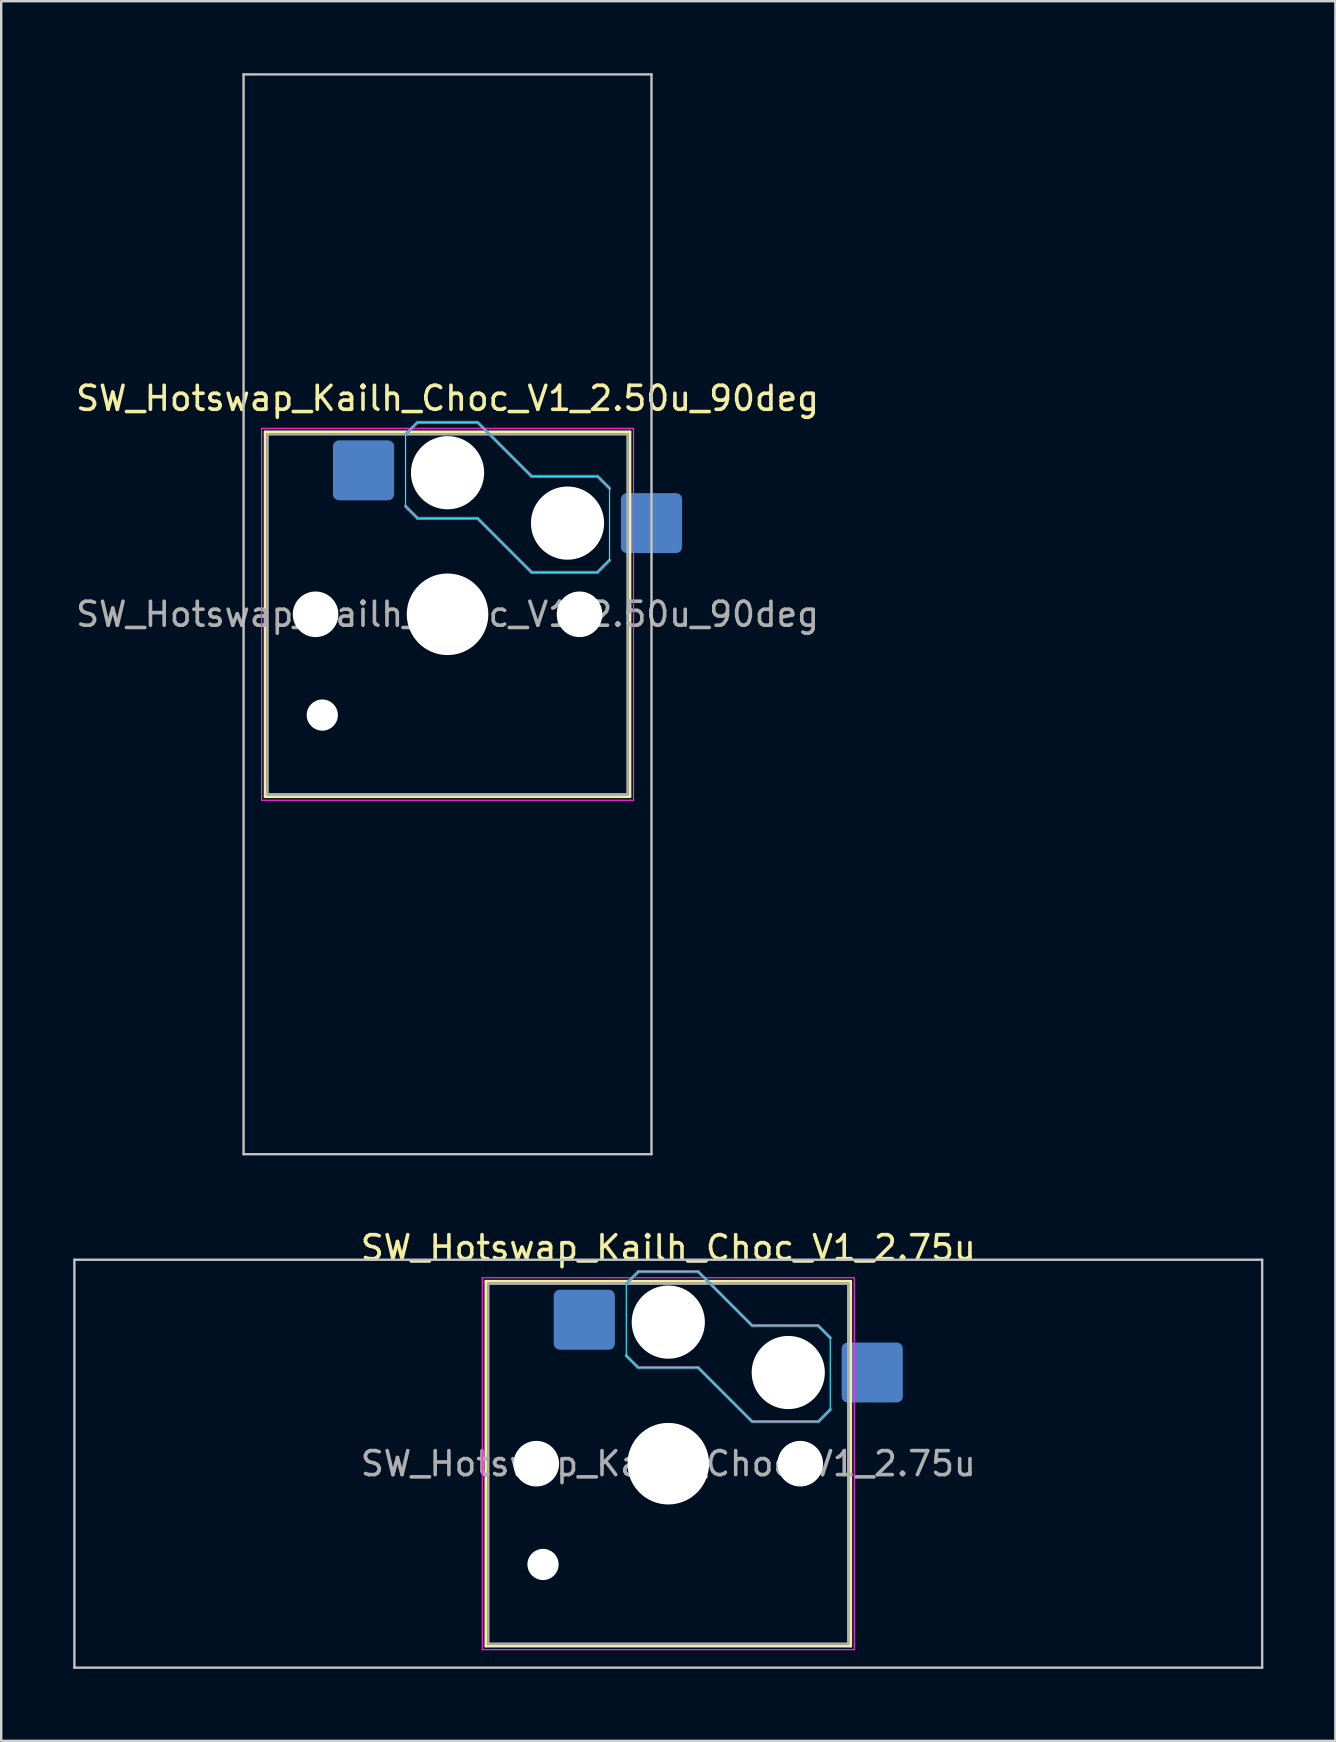
<source format=kicad_pcb>
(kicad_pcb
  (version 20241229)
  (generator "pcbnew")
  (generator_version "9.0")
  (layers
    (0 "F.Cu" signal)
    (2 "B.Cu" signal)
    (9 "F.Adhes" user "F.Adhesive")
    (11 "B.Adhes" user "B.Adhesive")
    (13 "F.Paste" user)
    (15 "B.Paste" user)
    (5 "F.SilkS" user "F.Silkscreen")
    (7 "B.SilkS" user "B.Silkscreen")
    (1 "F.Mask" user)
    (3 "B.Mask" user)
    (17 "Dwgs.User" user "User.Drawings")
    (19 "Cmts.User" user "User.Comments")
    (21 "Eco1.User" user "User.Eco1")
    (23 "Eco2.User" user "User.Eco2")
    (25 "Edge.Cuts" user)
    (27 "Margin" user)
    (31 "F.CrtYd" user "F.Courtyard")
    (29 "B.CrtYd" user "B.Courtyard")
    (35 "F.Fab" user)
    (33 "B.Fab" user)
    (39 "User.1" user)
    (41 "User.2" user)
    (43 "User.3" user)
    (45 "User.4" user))
  (footprint "SW_Hotswap_Kailh_Choc_V1_2.50u_90deg"
    (layer "F.Cu")
    (at 15.601 22.55)
    (property "Reference" "SW_Hotswap_Kailh_Choc_V1_2.50u_90deg" (at 0 -9 0) (layer "F.SilkS") (effects (font (size 1 1) (thickness 0.15))))
    (attr smd)
    (fp_line (start -7.6 -7.6) (end -7.6 7.6) (stroke (width 0.12) (type solid)) (layer "F.SilkS"))
    (fp_line (start -7.6 7.6) (end 7.6 7.6) (stroke (width 0.12) (type solid)) (layer "F.SilkS"))
    (fp_line (start 7.6 -7.6) (end -7.6 -7.6) (stroke (width 0.12) (type solid)) (layer "F.SilkS"))
    (fp_line (start 7.6 7.6) (end 7.6 -7.6) (stroke (width 0.12) (type solid)) (layer "F.SilkS"))
    (fp_line (start -1.75 -7.5) (end -1.25 -8) (stroke (width 0.12) (type solid)) (layer "B.SilkS"))
    (fp_line (start -1.25 -8) (end 1.25 -8) (stroke (width 0.12) (type solid)) (layer "B.SilkS"))
    (fp_line (start -1.25 -4) (end -1.75 -4.5) (stroke (width 0.12) (type solid)) (layer "B.SilkS"))
    (fp_line (start 1.25 -8) (end 3.5 -5.75) (stroke (width 0.12) (type solid)) (layer "B.SilkS"))
    (fp_line (start 1.25 -4) (end -1.25 -4) (stroke (width 0.12) (type solid)) (layer "B.SilkS"))
    (fp_line (start 3.5 -5.75) (end 6.25 -5.75) (stroke (width 0.12) (type solid)) (layer "B.SilkS"))
    (fp_line (start 3.5 -1.75) (end 1.25 -4) (stroke (width 0.12) (type solid)) (layer "B.SilkS"))
    (fp_line (start 6.25 -5.75) (end 6.75 -5.25) (stroke (width 0.12) (type solid)) (layer "B.SilkS"))
    (fp_line (start 6.25 -1.75) (end 3.5 -1.75) (stroke (width 0.12) (type solid)) (layer "B.SilkS"))
    (fp_line (start 6.75 -2.25) (end 6.25 -1.75) (stroke (width 0.12) (type solid)) (layer "B.SilkS"))
    (fp_line (start -8.5 -22.5) (end 8.5 -22.5) (stroke (width 0.1) (type solid)) (layer "Dwgs.User"))
    (fp_line (start -8.5 22.5) (end -8.5 -22.5) (stroke (width 0.1) (type solid)) (layer "Dwgs.User"))
    (fp_line (start 8.5 -22.5) (end 8.5 22.5) (stroke (width 0.1) (type solid)) (layer "Dwgs.User"))
    (fp_line (start 8.5 22.5) (end -8.5 22.5) (stroke (width 0.1) (type solid)) (layer "Dwgs.User"))
    (fp_line (start -7.25 -7.25) (end -7.25 7.25) (stroke (width 0.1) (type solid)) (layer "Eco1.User"))
    (fp_line (start -7.25 7.25) (end 7.25 7.25) (stroke (width 0.1) (type solid)) (layer "Eco1.User"))
    (fp_line (start 7.25 -7.25) (end -7.25 -7.25) (stroke (width 0.1) (type solid)) (layer "Eco1.User"))
    (fp_line (start 7.25 7.25) (end 7.25 -7.25) (stroke (width 0.1) (type solid)) (layer "Eco1.User"))
    (fp_line (start -1.75 -7.5) (end -1.25 -8) (stroke (width 0.05) (type solid)) (layer "B.CrtYd"))
    (fp_line (start -1.75 -4.5) (end -1.75 -7.5) (stroke (width 0.05) (type solid)) (layer "B.CrtYd"))
    (fp_line (start -1.25 -8) (end 1.25 -8) (stroke (width 0.05) (type solid)) (layer "B.CrtYd"))
    (fp_line (start -1.25 -4) (end -1.75 -4.5) (stroke (width 0.05) (type solid)) (layer "B.CrtYd"))
    (fp_line (start 1.25 -8) (end 3.5 -5.75) (stroke (width 0.05) (type solid)) (layer "B.CrtYd"))
    (fp_line (start 1.25 -4) (end -1.25 -4) (stroke (width 0.05) (type solid)) (layer "B.CrtYd"))
    (fp_line (start 3.5 -5.75) (end 6.25 -5.75) (stroke (width 0.05) (type solid)) (layer "B.CrtYd"))
    (fp_line (start 3.5 -1.75) (end 1.25 -4) (stroke (width 0.05) (type solid)) (layer "B.CrtYd"))
    (fp_line (start 6.25 -5.75) (end 6.75 -5.25) (stroke (width 0.05) (type solid)) (layer "B.CrtYd"))
    (fp_line (start 6.25 -1.75) (end 3.5 -1.75) (stroke (width 0.05) (type solid)) (layer "B.CrtYd"))
    (fp_line (start 6.75 -5.25) (end 6.75 -2.25) (stroke (width 0.05) (type solid)) (layer "B.CrtYd"))
    (fp_line (start 6.75 -2.25) (end 6.25 -1.75) (stroke (width 0.05) (type solid)) (layer "B.CrtYd"))
    (fp_line (start -7.75 -7.75) (end -7.75 7.75) (stroke (width 0.05) (type solid)) (layer "F.CrtYd"))
    (fp_line (start -7.75 7.75) (end 7.75 7.75) (stroke (width 0.05) (type solid)) (layer "F.CrtYd"))
    (fp_line (start 7.75 -7.75) (end -7.75 -7.75) (stroke (width 0.05) (type solid)) (layer "F.CrtYd"))
    (fp_line (start 7.75 7.75) (end 7.75 -7.75) (stroke (width 0.05) (type solid)) (layer "F.CrtYd"))
    (fp_line (start -1.75 -7.5) (end -1.25 -8) (stroke (width 0.1) (type solid)) (layer "B.Fab"))
    (fp_line (start -1.25 -8) (end 1.25 -8) (stroke (width 0.1) (type solid)) (layer "B.Fab"))
    (fp_line (start -1.25 -4) (end -1.75 -4.5) (stroke (width 0.1) (type solid)) (layer "B.Fab"))
    (fp_line (start 1.25 -8) (end 3.5 -5.75) (stroke (width 0.1) (type solid)) (layer "B.Fab"))
    (fp_line (start 1.25 -4) (end -1.25 -4) (stroke (width 0.1) (type solid)) (layer "B.Fab"))
    (fp_line (start 3.5 -5.75) (end 6.25 -5.75) (stroke (width 0.1) (type solid)) (layer "B.Fab"))
    (fp_line (start 3.5 -1.75) (end 1.25 -4) (stroke (width 0.1) (type solid)) (layer "B.Fab"))
    (fp_line (start 6.25 -5.75) (end 6.75 -5.25) (stroke (width 0.1) (type solid)) (layer "B.Fab"))
    (fp_line (start 6.25 -1.75) (end 3.5 -1.75) (stroke (width 0.1) (type solid)) (layer "B.Fab"))
    (fp_line (start 6.75 -2.25) (end 6.25 -1.75) (stroke (width 0.1) (type solid)) (layer "B.Fab"))
    (fp_line (start -7.5 -7.5) (end -7.5 7.5) (stroke (width 0.1) (type solid)) (layer "F.Fab"))
    (fp_line (start -7.5 7.5) (end 7.5 7.5) (stroke (width 0.1) (type solid)) (layer "F.Fab"))
    (fp_line (start 7.5 -7.5) (end -7.5 -7.5) (stroke (width 0.1) (type solid)) (layer "F.Fab"))
    (fp_line (start 7.5 7.5) (end 7.5 -7.5) (stroke (width 0.1) (type solid)) (layer "F.Fab"))
    (fp_text user "${REFERENCE}" (at 0 0 0) (layer "F.Fab") (effects (font (size 1 1) (thickness 0.15))))
    (pad "" np_thru_hole circle (at -5.5 0) (size 1.9 1.9) (drill 1.9) (layers "*.Cu" "*.Mask"))
    (pad "" np_thru_hole circle (at -5.22 4.2) (size 1.3 1.3) (drill 1.3) (layers "*.Cu" "*.Mask"))
    (pad "" np_thru_hole circle (at 0 -5.9) (size 3.05 3.05) (drill 3.05) (layers "*.Cu" "*.Mask"))
    (pad "" np_thru_hole circle (at 0 0) (size 3.4 3.4) (drill 3.4) (layers "*.Cu" "*.Mask"))
    (pad "" np_thru_hole circle (at 5 -3.8) (size 3.05 3.05) (drill 3.05) (layers "*.Cu" "*.Mask"))
    (pad "" np_thru_hole circle (at 5.5 0) (size 1.9 1.9) (drill 1.9) (layers "*.Cu" "*.Mask"))
    (pad "1" smd roundrect (at -3.5 -6) (size 2.55 2.5) (layers "B.Cu" "B.Mask" "B.Paste") (roundrect_rratio 0.1))
    (pad "2" smd roundrect (at 8.5 -3.8) (size 2.55 2.5) (layers "B.Cu" "B.Mask" "B.Paste") (roundrect_rratio 0.1)))
  (footprint "SW_Hotswap_Kailh_Choc_V1_2.75u"
    (layer "F.Cu")
    (at 24.8 57.948)
    (property "Reference" "SW_Hotswap_Kailh_Choc_V1_2.75u" (at 0 -9 0) (layer "F.SilkS") (effects (font (size 1 1) (thickness 0.15))))
    (attr smd)
    (fp_line (start -7.6 -7.6) (end -7.6 7.6) (stroke (width 0.12) (type solid)) (layer "F.SilkS"))
    (fp_line (start -7.6 7.6) (end 7.6 7.6) (stroke (width 0.12) (type solid)) (layer "F.SilkS"))
    (fp_line (start 7.6 -7.6) (end -7.6 -7.6) (stroke (width 0.12) (type solid)) (layer "F.SilkS"))
    (fp_line (start 7.6 7.6) (end 7.6 -7.6) (stroke (width 0.12) (type solid)) (layer "F.SilkS"))
    (fp_line (start -1.75 -7.5) (end -1.25 -8) (stroke (width 0.12) (type solid)) (layer "B.SilkS"))
    (fp_line (start -1.25 -8) (end 1.25 -8) (stroke (width 0.12) (type solid)) (layer "B.SilkS"))
    (fp_line (start -1.25 -4) (end -1.75 -4.5) (stroke (width 0.12) (type solid)) (layer "B.SilkS"))
    (fp_line (start 1.25 -8) (end 3.5 -5.75) (stroke (width 0.12) (type solid)) (layer "B.SilkS"))
    (fp_line (start 1.25 -4) (end -1.25 -4) (stroke (width 0.12) (type solid)) (layer "B.SilkS"))
    (fp_line (start 3.5 -5.75) (end 6.25 -5.75) (stroke (width 0.12) (type solid)) (layer "B.SilkS"))
    (fp_line (start 3.5 -1.75) (end 1.25 -4) (stroke (width 0.12) (type solid)) (layer "B.SilkS"))
    (fp_line (start 6.25 -5.75) (end 6.75 -5.25) (stroke (width 0.12) (type solid)) (layer "B.SilkS"))
    (fp_line (start 6.25 -1.75) (end 3.5 -1.75) (stroke (width 0.12) (type solid)) (layer "B.SilkS"))
    (fp_line (start 6.75 -2.25) (end 6.25 -1.75) (stroke (width 0.12) (type solid)) (layer "B.SilkS"))
    (fp_line (start -24.75 -8.5) (end -24.75 8.5) (stroke (width 0.1) (type solid)) (layer "Dwgs.User"))
    (fp_line (start -24.75 8.5) (end 24.75 8.5) (stroke (width 0.1) (type solid)) (layer "Dwgs.User"))
    (fp_line (start 24.75 -8.5) (end -24.75 -8.5) (stroke (width 0.1) (type solid)) (layer "Dwgs.User"))
    (fp_line (start 24.75 8.5) (end 24.75 -8.5) (stroke (width 0.1) (type solid)) (layer "Dwgs.User"))
    (fp_line (start -7.25 -7.25) (end -7.25 7.25) (stroke (width 0.1) (type solid)) (layer "Eco1.User"))
    (fp_line (start -7.25 7.25) (end 7.25 7.25) (stroke (width 0.1) (type solid)) (layer "Eco1.User"))
    (fp_line (start 7.25 -7.25) (end -7.25 -7.25) (stroke (width 0.1) (type solid)) (layer "Eco1.User"))
    (fp_line (start 7.25 7.25) (end 7.25 -7.25) (stroke (width 0.1) (type solid)) (layer "Eco1.User"))
    (fp_line (start -1.75 -7.5) (end -1.25 -8) (stroke (width 0.05) (type solid)) (layer "B.CrtYd"))
    (fp_line (start -1.75 -4.5) (end -1.75 -7.5) (stroke (width 0.05) (type solid)) (layer "B.CrtYd"))
    (fp_line (start -1.25 -8) (end 1.25 -8) (stroke (width 0.05) (type solid)) (layer "B.CrtYd"))
    (fp_line (start -1.25 -4) (end -1.75 -4.5) (stroke (width 0.05) (type solid)) (layer "B.CrtYd"))
    (fp_line (start 1.25 -8) (end 3.5 -5.75) (stroke (width 0.05) (type solid)) (layer "B.CrtYd"))
    (fp_line (start 1.25 -4) (end -1.25 -4) (stroke (width 0.05) (type solid)) (layer "B.CrtYd"))
    (fp_line (start 3.5 -5.75) (end 6.25 -5.75) (stroke (width 0.05) (type solid)) (layer "B.CrtYd"))
    (fp_line (start 3.5 -1.75) (end 1.25 -4) (stroke (width 0.05) (type solid)) (layer "B.CrtYd"))
    (fp_line (start 6.25 -5.75) (end 6.75 -5.25) (stroke (width 0.05) (type solid)) (layer "B.CrtYd"))
    (fp_line (start 6.25 -1.75) (end 3.5 -1.75) (stroke (width 0.05) (type solid)) (layer "B.CrtYd"))
    (fp_line (start 6.75 -5.25) (end 6.75 -2.25) (stroke (width 0.05) (type solid)) (layer "B.CrtYd"))
    (fp_line (start 6.75 -2.25) (end 6.25 -1.75) (stroke (width 0.05) (type solid)) (layer "B.CrtYd"))
    (fp_line (start -7.75 -7.75) (end -7.75 7.75) (stroke (width 0.05) (type solid)) (layer "F.CrtYd"))
    (fp_line (start -7.75 7.75) (end 7.75 7.75) (stroke (width 0.05) (type solid)) (layer "F.CrtYd"))
    (fp_line (start 7.75 -7.75) (end -7.75 -7.75) (stroke (width 0.05) (type solid)) (layer "F.CrtYd"))
    (fp_line (start 7.75 7.75) (end 7.75 -7.75) (stroke (width 0.05) (type solid)) (layer "F.CrtYd"))
    (fp_line (start -1.75 -7.5) (end -1.25 -8) (stroke (width 0.1) (type solid)) (layer "B.Fab"))
    (fp_line (start -1.25 -8) (end 1.25 -8) (stroke (width 0.1) (type solid)) (layer "B.Fab"))
    (fp_line (start -1.25 -4) (end -1.75 -4.5) (stroke (width 0.1) (type solid)) (layer "B.Fab"))
    (fp_line (start 1.25 -8) (end 3.5 -5.75) (stroke (width 0.1) (type solid)) (layer "B.Fab"))
    (fp_line (start 1.25 -4) (end -1.25 -4) (stroke (width 0.1) (type solid)) (layer "B.Fab"))
    (fp_line (start 3.5 -5.75) (end 6.25 -5.75) (stroke (width 0.1) (type solid)) (layer "B.Fab"))
    (fp_line (start 3.5 -1.75) (end 1.25 -4) (stroke (width 0.1) (type solid)) (layer "B.Fab"))
    (fp_line (start 6.25 -5.75) (end 6.75 -5.25) (stroke (width 0.1) (type solid)) (layer "B.Fab"))
    (fp_line (start 6.25 -1.75) (end 3.5 -1.75) (stroke (width 0.1) (type solid)) (layer "B.Fab"))
    (fp_line (start 6.75 -2.25) (end 6.25 -1.75) (stroke (width 0.1) (type solid)) (layer "B.Fab"))
    (fp_line (start -7.5 -7.5) (end -7.5 7.5) (stroke (width 0.1) (type solid)) (layer "F.Fab"))
    (fp_line (start -7.5 7.5) (end 7.5 7.5) (stroke (width 0.1) (type solid)) (layer "F.Fab"))
    (fp_line (start 7.5 -7.5) (end -7.5 -7.5) (stroke (width 0.1) (type solid)) (layer "F.Fab"))
    (fp_line (start 7.5 7.5) (end 7.5 -7.5) (stroke (width 0.1) (type solid)) (layer "F.Fab"))
    (fp_text user "${REFERENCE}" (at 0 0 0) (layer "F.Fab") (effects (font (size 1 1) (thickness 0.15))))
    (pad "" np_thru_hole circle (at -5.5 0) (size 1.9 1.9) (drill 1.9) (layers "*.Cu" "*.Mask"))
    (pad "" np_thru_hole circle (at -5.22 4.2) (size 1.3 1.3) (drill 1.3) (layers "*.Cu" "*.Mask"))
    (pad "" np_thru_hole circle (at 0 -5.9) (size 3.05 3.05) (drill 3.05) (layers "*.Cu" "*.Mask"))
    (pad "" np_thru_hole circle (at 0 0) (size 3.4 3.4) (drill 3.4) (layers "*.Cu" "*.Mask"))
    (pad "" np_thru_hole circle (at 5 -3.8) (size 3.05 3.05) (drill 3.05) (layers "*.Cu" "*.Mask"))
    (pad "" np_thru_hole circle (at 5.5 0) (size 1.9 1.9) (drill 1.9) (layers "*.Cu" "*.Mask"))
    (pad "1" smd roundrect (at -3.5 -6) (size 2.55 2.5) (layers "B.Cu" "B.Mask" "B.Paste") (roundrect_rratio 0.1))
    (pad "2" smd roundrect (at 8.5 -3.8) (size 2.55 2.5) (layers "B.Cu" "B.Mask" "B.Paste") (roundrect_rratio 0.1)))
  (gr_rect
    (start -3 -3)
    (end 52.6 69.498)
    (stroke (width 0.1) (type default))
    (fill no)
    (layer "Edge.Cuts")))
</source>
